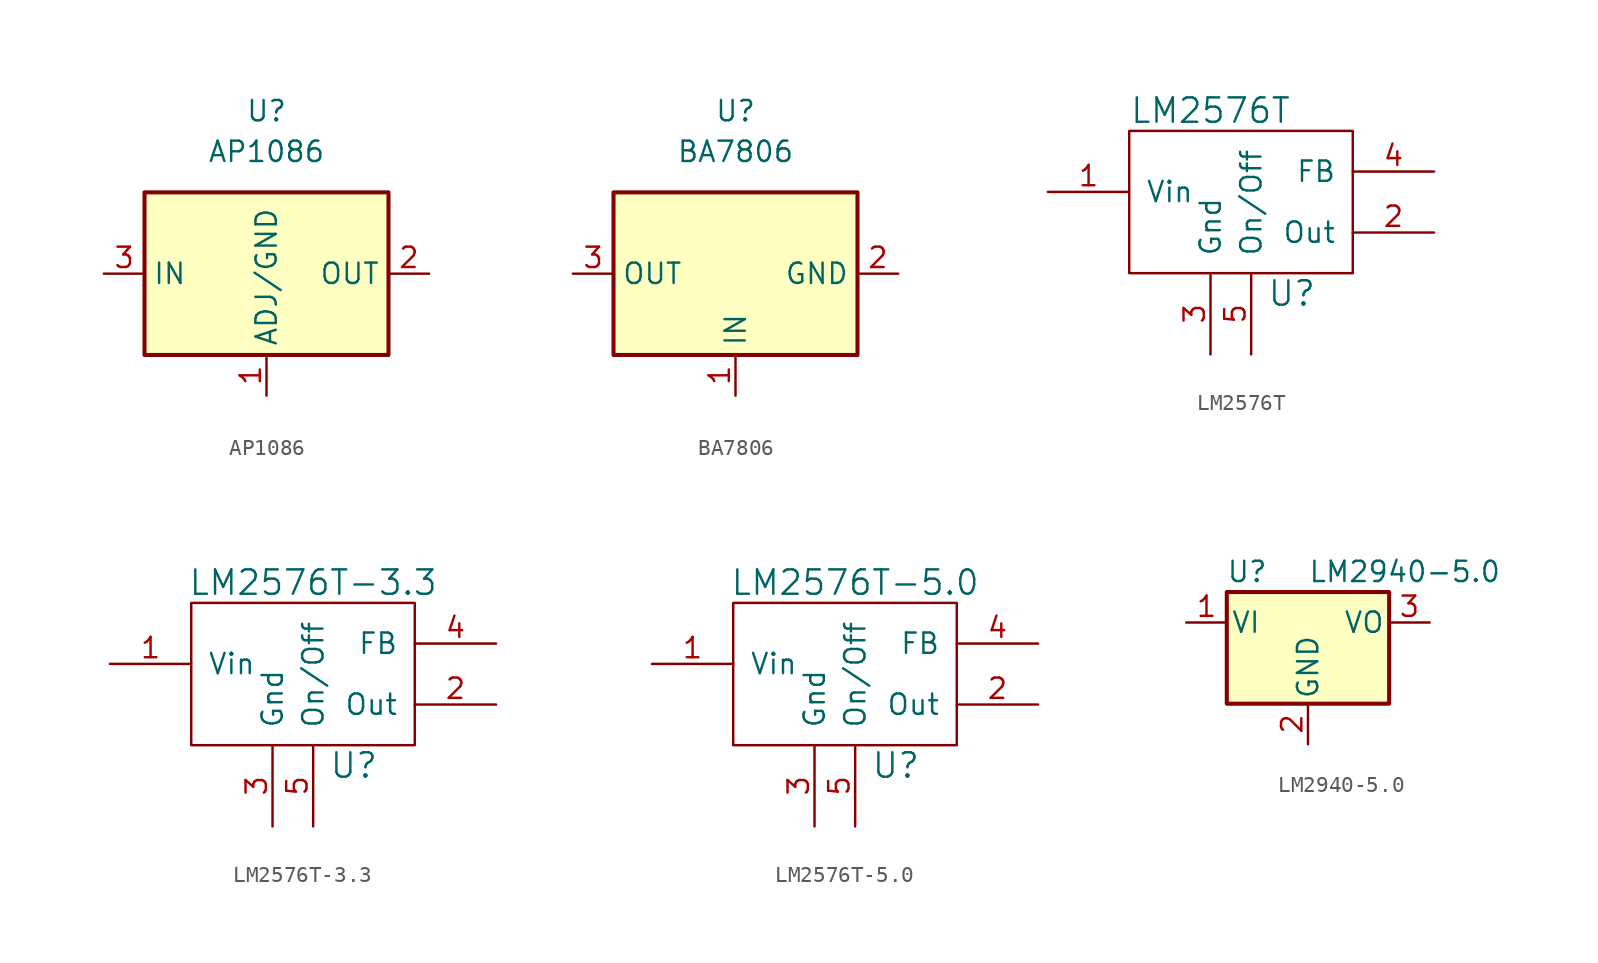
<source format=kicad_sym>
(kicad_symbol_lib
  (version 20211014)
  (generator kicad_symbol_editor)
  (symbol "AP1086"
    (property "Reference" "U"
      (at 0 10.16 0)
      (effects (font (size 1.27 1.27))))
    (property "Value" "AP1086"
      (at 0 7.62 0)
      (effects (font (size 1.27 1.27))))
    (symbol "AP1086_1_1"
      (rectangle (start -7.62 -5.08) (end 7.62 5.08) (stroke (width 0.254) (type default) (color 0 0 0 0)) (fill (type background)))
      (pin input line (at 0 -7.62 90) (length 2.54) (name "ADJ/GND" (effects (font (size 1.27 1.27)))) (number "1" (effects (font (size 1.27 1.27)))))
      (pin power_out line (at 10.16 0 180) (length 2.54) (name "OUT" (effects (font (size 1.27 1.27)))) (number "2" (effects (font (size 1.27 1.27)))))
      (pin power_in line (at -10.16 0 0) (length 2.54) (name "IN" (effects (font (size 1.27 1.27)))) (number "3" (effects (font (size 1.27 1.27)))))))
  (symbol "BA7806"
    (property "Reference" "U"
      (at 0 10.16 0)
      (effects (font (size 1.27 1.27))))
    (property "Value" "BA7806"
      (at 0 7.62 0)
      (effects (font (size 1.27 1.27))))
    (symbol "BA7806_1_1"
      (rectangle (start -7.62 -5.08) (end 7.62 5.08) (stroke (width 0.254) (type default) (color 0 0 0 0)) (fill (type background)))
      (pin input line (at 0 -7.62 90) (length 2.54) (name "IN" (effects (font (size 1.27 1.27)))) (number "1" (effects (font (size 1.27 1.27)))))
      (pin input line (at 10.16 0 180) (length 2.54) (name "GND" (effects (font (size 1.27 1.27)))) (number "2" (effects (font (size 1.27 1.27)))))
      (pin power_out line (at -10.16 0 0) (length 2.54) (name "OUT" (effects (font (size 1.27 1.27)))) (number "3" (effects (font (size 1.27 1.27)))))))
  (symbol "LM2576T"
    (pin_names
      (offset 1.016))
    (property "Reference" "U"
      (at 3.81 -6.35 0)
      (effects (font (size 1.524 1.524))))
    (property "Value" "LM2576T"
      (at -1.27 5.08 0)
      (effects (font (size 1.524 1.524))))
    (symbol "LM2576T_0_1"
      (rectangle (start -6.35 -5.08) (end 7.62 3.81) (stroke (width 0) (type default) (color 0 0 0 0)) (fill (type none))))
    (symbol "LM2576T_1_1"
      (pin input line (at -11.43 0 0) (length 5.08) (name "Vin" (effects (font (size 1.27 1.27)))) (number "1" (effects (font (size 1.27 1.27)))))
      (pin output line (at 12.7 -2.54 180) (length 5.08) (name "Out" (effects (font (size 1.27 1.27)))) (number "2" (effects (font (size 1.27 1.27)))))
      (pin power_out line (at -1.27 -10.16 90) (length 5.08) (name "Gnd" (effects (font (size 1.27 1.27)))) (number "3" (effects (font (size 1.27 1.27)))))
      (pin output line (at 12.7 1.27 180) (length 5.08) (name "FB" (effects (font (size 1.27 1.27)))) (number "4" (effects (font (size 1.27 1.27)))))
      (pin output line (at 1.27 -10.16 90) (length 5.08) (name "On/Off" (effects (font (size 1.27 1.27)))) (number "5" (effects (font (size 1.27 1.27)))))))
  (symbol "LM2576T-3.3"
    (pin_names
      (offset 1.016))
    (property "Reference" "U"
      (at 3.81 -6.35 0)
      (effects (font (size 1.524 1.524))))
    (property "Value" "LM2576T-3.3"
      (at 1.27 5.08 0)
      (effects (font (size 1.524 1.524))))
    (symbol "LM2576T-3.3_0_1"
      (rectangle (start -6.35 -5.08) (end 7.62 3.81) (stroke (width 0) (type default) (color 0 0 0 0)) (fill (type none))))
    (symbol "LM2576T-3.3_1_1"
      (pin input line (at -11.43 0 0) (length 5.08) (name "Vin" (effects (font (size 1.27 1.27)))) (number "1" (effects (font (size 1.27 1.27)))))
      (pin output line (at 12.7 -2.54 180) (length 5.08) (name "Out" (effects (font (size 1.27 1.27)))) (number "2" (effects (font (size 1.27 1.27)))))
      (pin power_out line (at -1.27 -10.16 90) (length 5.08) (name "Gnd" (effects (font (size 1.27 1.27)))) (number "3" (effects (font (size 1.27 1.27)))))
      (pin output line (at 12.7 1.27 180) (length 5.08) (name "FB" (effects (font (size 1.27 1.27)))) (number "4" (effects (font (size 1.27 1.27)))))
      (pin output line (at 1.27 -10.16 90) (length 5.08) (name "On/Off" (effects (font (size 1.27 1.27)))) (number "5" (effects (font (size 1.27 1.27)))))))
  (symbol "LM2576T-5.0"
    (pin_names
      (offset 1.016))
    (property "Reference" "U"
      (at 3.81 -6.35 0)
      (effects (font (size 1.524 1.524))))
    (property "Value" "LM2576T-5.0"
      (at 1.27 5.08 0)
      (effects (font (size 1.524 1.524))))
    (symbol "LM2576T-5.0_0_1"
      (rectangle (start -6.35 -5.08) (end 7.62 3.81) (stroke (width 0) (type default) (color 0 0 0 0)) (fill (type none))))
    (symbol "LM2576T-5.0_1_1"
      (pin input line (at -11.43 0 0) (length 5.08) (name "Vin" (effects (font (size 1.27 1.27)))) (number "1" (effects (font (size 1.27 1.27)))))
      (pin output line (at 12.7 -2.54 180) (length 5.08) (name "Out" (effects (font (size 1.27 1.27)))) (number "2" (effects (font (size 1.27 1.27)))))
      (pin power_out line (at -1.27 -10.16 90) (length 5.08) (name "Gnd" (effects (font (size 1.27 1.27)))) (number "3" (effects (font (size 1.27 1.27)))))
      (pin output line (at 12.7 1.27 180) (length 5.08) (name "FB" (effects (font (size 1.27 1.27)))) (number "4" (effects (font (size 1.27 1.27)))))
      (pin output line (at 1.27 -10.16 90) (length 5.08) (name "On/Off" (effects (font (size 1.27 1.27)))) (number "5" (effects (font (size 1.27 1.27)))))))
  (symbol "LM2940-5.0"
    (pin_names
      (offset 0.254))
    (property "Reference" "U"
      (at -3.81 3.175 0)
      (effects (font (size 1.27 1.27))))
    (property "Value" "LM2940-5.0"
      (at 0 3.175 0)
      (effects (font (size 1.27 1.27)) (justify left)))
    (symbol "LM2940-5.0_0_1"
      (rectangle (start -5.08 1.905) (end 5.08 -5.08) (stroke (width 0.254) (type default) (color 0 0 0 0)) (fill (type background))))
    (symbol "LM2940-5.0_1_1"
      (pin power_in line (at -7.62 0 0) (length 2.54) (name "VI" (effects (font (size 1.27 1.27)))) (number "1" (effects (font (size 1.27 1.27)))))
      (pin power_in line (at 0 -7.62 90) (length 2.54) (name "GND" (effects (font (size 1.27 1.27)))) (number "2" (effects (font (size 1.27 1.27)))))
      (pin power_out line (at 7.62 0 180) (length 2.54) (name "VO" (effects (font (size 1.27 1.27)))) (number "3" (effects (font (size 1.27 1.27))))))))
</source>
